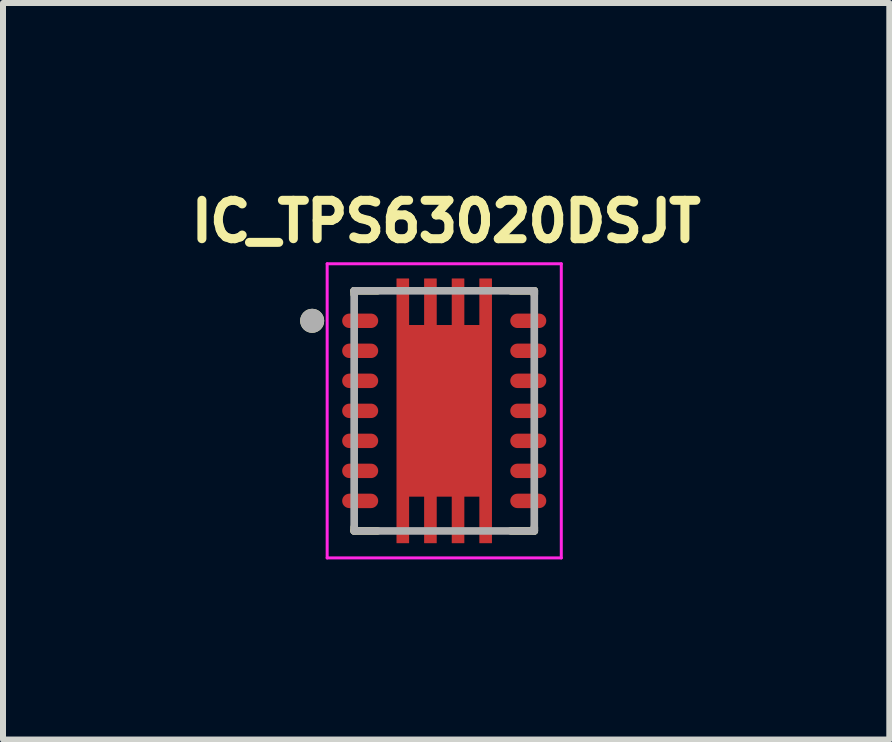
<source format=kicad_pcb>
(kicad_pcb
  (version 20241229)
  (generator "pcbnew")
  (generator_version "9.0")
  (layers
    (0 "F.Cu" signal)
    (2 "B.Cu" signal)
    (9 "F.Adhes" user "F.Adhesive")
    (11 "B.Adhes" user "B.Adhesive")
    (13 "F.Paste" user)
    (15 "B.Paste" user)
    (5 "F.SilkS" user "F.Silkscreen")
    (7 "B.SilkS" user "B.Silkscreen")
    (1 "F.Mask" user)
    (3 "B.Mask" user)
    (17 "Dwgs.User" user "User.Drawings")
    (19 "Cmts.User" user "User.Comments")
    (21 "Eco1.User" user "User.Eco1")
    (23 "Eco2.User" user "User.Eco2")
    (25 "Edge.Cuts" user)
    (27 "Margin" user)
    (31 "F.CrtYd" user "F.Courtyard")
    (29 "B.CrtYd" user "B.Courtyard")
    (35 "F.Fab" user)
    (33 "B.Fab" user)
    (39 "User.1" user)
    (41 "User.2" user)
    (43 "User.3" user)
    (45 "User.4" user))
  (footprint "IC_TPS63020DSJT"
    (layer "F.Cu")
    (at 4.35 3.794)
    (property "Reference" "IC_TPS63020DSJT" (at 0.032 -3.156 0) (layer "F.SilkS") (effects (font (size 0.64 0.64) (thickness 0.15))))
    (attr smd)
    (fp_poly (pts (xy -0.86 -2.27) (xy -0.52 -2.27) (xy -0.52 -1.495) (xy -0.4 -1.495) (xy -0.4 -2.27) (xy -0.06 -2.27) (xy -0.06 -1.495) (xy 0.06 -1.495) (xy 0.06 -2.27) (xy 0.4 -2.27) (xy 0.4 -1.495) (xy 0.52 -1.495) (xy 0.52 -2.27) (xy 0.86 -2.27) (xy 0.86 2.27) (xy 0.52 2.27) (xy 0.52 1.495) (xy 0.4 1.495) (xy 0.4 2.27) (xy 0.06 2.27) (xy 0.06 1.495) (xy -0.06 1.495) (xy -0.06 2.27) (xy -0.4 2.27) (xy -0.4 1.495) (xy -0.52 1.495) (xy -0.52 2.27) (xy -0.86 2.27)) (stroke (width 0.01) (type solid)) (fill yes) (layer "F.Mask"))
    (fp_poly (pts (xy -1.22 -1.31) (xy -1.58 -1.31) (xy -1.59 -1.31) (xy -1.6 -1.311) (xy -1.61 -1.312) (xy -1.62 -1.314) (xy -1.629 -1.316) (xy -1.639 -1.319) (xy -1.648 -1.323) (xy -1.657 -1.326) (xy -1.666 -1.331) (xy -1.675 -1.335) (xy -1.683 -1.341) (xy -1.692 -1.346) (xy -1.7 -1.352) (xy -1.707 -1.359) (xy -1.714 -1.366) (xy -1.721 -1.373) (xy -1.728 -1.38) (xy -1.734 -1.388) (xy -1.739 -1.397) (xy -1.745 -1.405) (xy -1.749 -1.414) (xy -1.754 -1.423) (xy -1.757 -1.432) (xy -1.761 -1.441) (xy -1.764 -1.451) (xy -1.766 -1.46) (xy -1.768 -1.47) (xy -1.769 -1.48) (xy -1.77 -1.49) (xy -1.77 -1.5) (xy -1.77 -1.51) (xy -1.769 -1.52) (xy -1.768 -1.53) (xy -1.766 -1.54) (xy -1.764 -1.549) (xy -1.761 -1.559) (xy -1.757 -1.568) (xy -1.754 -1.577) (xy -1.749 -1.586) (xy -1.745 -1.595) (xy -1.739 -1.603) (xy -1.734 -1.612) (xy -1.728 -1.62) (xy -1.721 -1.627) (xy -1.714 -1.634) (xy -1.707 -1.641) (xy -1.7 -1.648) (xy -1.692 -1.654) (xy -1.683 -1.659) (xy -1.675 -1.665) (xy -1.666 -1.669) (xy -1.657 -1.674) (xy -1.648 -1.677) (xy -1.639 -1.681) (xy -1.629 -1.684) (xy -1.62 -1.686) (xy -1.61 -1.688) (xy -1.6 -1.689) (xy -1.59 -1.69) (xy -1.58 -1.69) (xy -1.22 -1.69) (xy -1.21 -1.69) (xy -1.2 -1.689) (xy -1.19 -1.688) (xy -1.18 -1.686) (xy -1.171 -1.684) (xy -1.161 -1.681) (xy -1.152 -1.677) (xy -1.143 -1.674) (xy -1.134 -1.669) (xy -1.125 -1.665) (xy -1.117 -1.659) (xy -1.108 -1.654) (xy -1.1 -1.648) (xy -1.093 -1.641) (xy -1.086 -1.634) (xy -1.079 -1.627) (xy -1.072 -1.62) (xy -1.066 -1.612) (xy -1.061 -1.603) (xy -1.055 -1.595) (xy -1.051 -1.586) (xy -1.046 -1.577) (xy -1.043 -1.568) (xy -1.039 -1.559) (xy -1.036 -1.549) (xy -1.034 -1.54) (xy -1.032 -1.53) (xy -1.031 -1.52) (xy -1.03 -1.51) (xy -1.03 -1.5) (xy -1.03 -1.49) (xy -1.031 -1.48) (xy -1.032 -1.47) (xy -1.034 -1.46) (xy -1.036 -1.451) (xy -1.039 -1.441) (xy -1.043 -1.432) (xy -1.046 -1.423) (xy -1.051 -1.414) (xy -1.055 -1.405) (xy -1.061 -1.397) (xy -1.066 -1.388) (xy -1.072 -1.38) (xy -1.079 -1.373) (xy -1.086 -1.366) (xy -1.093 -1.359) (xy -1.1 -1.352) (xy -1.108 -1.346) (xy -1.117 -1.341) (xy -1.125 -1.335) (xy -1.134 -1.331) (xy -1.143 -1.326) (xy -1.152 -1.323) (xy -1.161 -1.319) (xy -1.171 -1.316) (xy -1.18 -1.314) (xy -1.19 -1.312) (xy -1.2 -1.311) (xy -1.21 -1.31) (xy -1.22 -1.31)) (stroke (width 0.01) (type solid)) (fill yes) (layer "F.Mask"))
    (fp_poly (pts (xy -1.22 -0.81) (xy -1.58 -0.81) (xy -1.59 -0.81) (xy -1.6 -0.811) (xy -1.61 -0.812) (xy -1.62 -0.814) (xy -1.629 -0.816) (xy -1.639 -0.819) (xy -1.648 -0.823) (xy -1.657 -0.826) (xy -1.666 -0.831) (xy -1.675 -0.835) (xy -1.683 -0.841) (xy -1.692 -0.846) (xy -1.7 -0.852) (xy -1.707 -0.859) (xy -1.714 -0.866) (xy -1.721 -0.873) (xy -1.728 -0.88) (xy -1.734 -0.888) (xy -1.739 -0.897) (xy -1.745 -0.905) (xy -1.749 -0.914) (xy -1.754 -0.923) (xy -1.757 -0.932) (xy -1.761 -0.941) (xy -1.764 -0.951) (xy -1.766 -0.96) (xy -1.768 -0.97) (xy -1.769 -0.98) (xy -1.77 -0.99) (xy -1.77 -1) (xy -1.77 -1.01) (xy -1.769 -1.02) (xy -1.768 -1.03) (xy -1.766 -1.04) (xy -1.764 -1.049) (xy -1.761 -1.059) (xy -1.757 -1.068) (xy -1.754 -1.077) (xy -1.749 -1.086) (xy -1.745 -1.095) (xy -1.739 -1.103) (xy -1.734 -1.112) (xy -1.728 -1.12) (xy -1.721 -1.127) (xy -1.714 -1.134) (xy -1.707 -1.141) (xy -1.7 -1.148) (xy -1.692 -1.154) (xy -1.683 -1.159) (xy -1.675 -1.165) (xy -1.666 -1.169) (xy -1.657 -1.174) (xy -1.648 -1.177) (xy -1.639 -1.181) (xy -1.629 -1.184) (xy -1.62 -1.186) (xy -1.61 -1.188) (xy -1.6 -1.189) (xy -1.59 -1.19) (xy -1.58 -1.19) (xy -1.22 -1.19) (xy -1.21 -1.19) (xy -1.2 -1.189) (xy -1.19 -1.188) (xy -1.18 -1.186) (xy -1.171 -1.184) (xy -1.161 -1.181) (xy -1.152 -1.177) (xy -1.143 -1.174) (xy -1.134 -1.169) (xy -1.125 -1.165) (xy -1.117 -1.159) (xy -1.108 -1.154) (xy -1.1 -1.148) (xy -1.093 -1.141) (xy -1.086 -1.134) (xy -1.079 -1.127) (xy -1.072 -1.12) (xy -1.066 -1.112) (xy -1.061 -1.103) (xy -1.055 -1.095) (xy -1.051 -1.086) (xy -1.046 -1.077) (xy -1.043 -1.068) (xy -1.039 -1.059) (xy -1.036 -1.049) (xy -1.034 -1.04) (xy -1.032 -1.03) (xy -1.031 -1.02) (xy -1.03 -1.01) (xy -1.03 -1) (xy -1.03 -0.99) (xy -1.031 -0.98) (xy -1.032 -0.97) (xy -1.034 -0.96) (xy -1.036 -0.951) (xy -1.039 -0.941) (xy -1.043 -0.932) (xy -1.046 -0.923) (xy -1.051 -0.914) (xy -1.055 -0.905) (xy -1.061 -0.897) (xy -1.066 -0.888) (xy -1.072 -0.88) (xy -1.079 -0.873) (xy -1.086 -0.866) (xy -1.093 -0.859) (xy -1.1 -0.852) (xy -1.108 -0.846) (xy -1.117 -0.841) (xy -1.125 -0.835) (xy -1.134 -0.831) (xy -1.143 -0.826) (xy -1.152 -0.823) (xy -1.161 -0.819) (xy -1.171 -0.816) (xy -1.18 -0.814) (xy -1.19 -0.812) (xy -1.2 -0.811) (xy -1.21 -0.81) (xy -1.22 -0.81)) (stroke (width 0.01) (type solid)) (fill yes) (layer "F.Mask"))
    (fp_poly (pts (xy -1.22 -0.31) (xy -1.58 -0.31) (xy -1.59 -0.31) (xy -1.6 -0.311) (xy -1.61 -0.312) (xy -1.62 -0.314) (xy -1.629 -0.316) (xy -1.639 -0.319) (xy -1.648 -0.323) (xy -1.657 -0.326) (xy -1.666 -0.331) (xy -1.675 -0.335) (xy -1.683 -0.341) (xy -1.692 -0.346) (xy -1.7 -0.352) (xy -1.707 -0.359) (xy -1.714 -0.366) (xy -1.721 -0.373) (xy -1.728 -0.38) (xy -1.734 -0.388) (xy -1.739 -0.397) (xy -1.745 -0.405) (xy -1.749 -0.414) (xy -1.754 -0.423) (xy -1.757 -0.432) (xy -1.761 -0.441) (xy -1.764 -0.451) (xy -1.766 -0.46) (xy -1.768 -0.47) (xy -1.769 -0.48) (xy -1.77 -0.49) (xy -1.77 -0.5) (xy -1.77 -0.51) (xy -1.769 -0.52) (xy -1.768 -0.53) (xy -1.766 -0.54) (xy -1.764 -0.549) (xy -1.761 -0.559) (xy -1.757 -0.568) (xy -1.754 -0.577) (xy -1.749 -0.586) (xy -1.745 -0.595) (xy -1.739 -0.603) (xy -1.734 -0.612) (xy -1.728 -0.62) (xy -1.721 -0.627) (xy -1.714 -0.634) (xy -1.707 -0.641) (xy -1.7 -0.648) (xy -1.692 -0.654) (xy -1.683 -0.659) (xy -1.675 -0.665) (xy -1.666 -0.669) (xy -1.657 -0.674) (xy -1.648 -0.677) (xy -1.639 -0.681) (xy -1.629 -0.684) (xy -1.62 -0.686) (xy -1.61 -0.688) (xy -1.6 -0.689) (xy -1.59 -0.69) (xy -1.58 -0.69) (xy -1.22 -0.69) (xy -1.21 -0.69) (xy -1.2 -0.689) (xy -1.19 -0.688) (xy -1.18 -0.686) (xy -1.171 -0.684) (xy -1.161 -0.681) (xy -1.152 -0.677) (xy -1.143 -0.674) (xy -1.134 -0.669) (xy -1.125 -0.665) (xy -1.117 -0.659) (xy -1.108 -0.654) (xy -1.1 -0.648) (xy -1.093 -0.641) (xy -1.086 -0.634) (xy -1.079 -0.627) (xy -1.072 -0.62) (xy -1.066 -0.612) (xy -1.061 -0.603) (xy -1.055 -0.595) (xy -1.051 -0.586) (xy -1.046 -0.577) (xy -1.043 -0.568) (xy -1.039 -0.559) (xy -1.036 -0.549) (xy -1.034 -0.54) (xy -1.032 -0.53) (xy -1.031 -0.52) (xy -1.03 -0.51) (xy -1.03 -0.5) (xy -1.03 -0.49) (xy -1.031 -0.48) (xy -1.032 -0.47) (xy -1.034 -0.46) (xy -1.036 -0.451) (xy -1.039 -0.441) (xy -1.043 -0.432) (xy -1.046 -0.423) (xy -1.051 -0.414) (xy -1.055 -0.405) (xy -1.061 -0.397) (xy -1.066 -0.388) (xy -1.072 -0.38) (xy -1.079 -0.373) (xy -1.086 -0.366) (xy -1.093 -0.359) (xy -1.1 -0.352) (xy -1.108 -0.346) (xy -1.117 -0.341) (xy -1.125 -0.335) (xy -1.134 -0.331) (xy -1.143 -0.326) (xy -1.152 -0.323) (xy -1.161 -0.319) (xy -1.171 -0.316) (xy -1.18 -0.314) (xy -1.19 -0.312) (xy -1.2 -0.311) (xy -1.21 -0.31) (xy -1.22 -0.31)) (stroke (width 0.01) (type solid)) (fill yes) (layer "F.Mask"))
    (fp_poly (pts (xy -1.22 0.19) (xy -1.58 0.19) (xy -1.59 0.19) (xy -1.6 0.189) (xy -1.61 0.188) (xy -1.62 0.186) (xy -1.629 0.184) (xy -1.639 0.181) (xy -1.648 0.177) (xy -1.657 0.174) (xy -1.666 0.169) (xy -1.675 0.165) (xy -1.683 0.159) (xy -1.692 0.154) (xy -1.7 0.148) (xy -1.707 0.141) (xy -1.714 0.134) (xy -1.721 0.127) (xy -1.728 0.12) (xy -1.734 0.112) (xy -1.739 0.103) (xy -1.745 0.095) (xy -1.749 0.086) (xy -1.754 0.077) (xy -1.757 0.068) (xy -1.761 0.059) (xy -1.764 0.049) (xy -1.766 0.04) (xy -1.768 0.03) (xy -1.769 0.02) (xy -1.77 0.01) (xy -1.77 0) (xy -1.77 -0.01) (xy -1.769 -0.02) (xy -1.768 -0.03) (xy -1.766 -0.04) (xy -1.764 -0.049) (xy -1.761 -0.059) (xy -1.757 -0.068) (xy -1.754 -0.077) (xy -1.749 -0.086) (xy -1.745 -0.095) (xy -1.739 -0.103) (xy -1.734 -0.112) (xy -1.728 -0.12) (xy -1.721 -0.127) (xy -1.714 -0.134) (xy -1.707 -0.141) (xy -1.7 -0.148) (xy -1.692 -0.154) (xy -1.683 -0.159) (xy -1.675 -0.165) (xy -1.666 -0.169) (xy -1.657 -0.174) (xy -1.648 -0.177) (xy -1.639 -0.181) (xy -1.629 -0.184) (xy -1.62 -0.186) (xy -1.61 -0.188) (xy -1.6 -0.189) (xy -1.59 -0.19) (xy -1.58 -0.19) (xy -1.22 -0.19) (xy -1.21 -0.19) (xy -1.2 -0.189) (xy -1.19 -0.188) (xy -1.18 -0.186) (xy -1.171 -0.184) (xy -1.161 -0.181) (xy -1.152 -0.177) (xy -1.143 -0.174) (xy -1.134 -0.169) (xy -1.125 -0.165) (xy -1.117 -0.159) (xy -1.108 -0.154) (xy -1.1 -0.148) (xy -1.093 -0.141) (xy -1.086 -0.134) (xy -1.079 -0.127) (xy -1.072 -0.12) (xy -1.066 -0.112) (xy -1.061 -0.103) (xy -1.055 -0.095) (xy -1.051 -0.086) (xy -1.046 -0.077) (xy -1.043 -0.068) (xy -1.039 -0.059) (xy -1.036 -0.049) (xy -1.034 -0.04) (xy -1.032 -0.03) (xy -1.031 -0.02) (xy -1.03 -0.01) (xy -1.03 0) (xy -1.03 0.01) (xy -1.031 0.02) (xy -1.032 0.03) (xy -1.034 0.04) (xy -1.036 0.049) (xy -1.039 0.059) (xy -1.043 0.068) (xy -1.046 0.077) (xy -1.051 0.086) (xy -1.055 0.095) (xy -1.061 0.103) (xy -1.066 0.112) (xy -1.072 0.12) (xy -1.079 0.127) (xy -1.086 0.134) (xy -1.093 0.141) (xy -1.1 0.148) (xy -1.108 0.154) (xy -1.117 0.159) (xy -1.125 0.165) (xy -1.134 0.169) (xy -1.143 0.174) (xy -1.152 0.177) (xy -1.161 0.181) (xy -1.171 0.184) (xy -1.18 0.186) (xy -1.19 0.188) (xy -1.2 0.189) (xy -1.21 0.19) (xy -1.22 0.19)) (stroke (width 0.01) (type solid)) (fill yes) (layer "F.Mask"))
    (fp_poly (pts (xy -1.22 0.69) (xy -1.58 0.69) (xy -1.59 0.69) (xy -1.6 0.689) (xy -1.61 0.688) (xy -1.62 0.686) (xy -1.629 0.684) (xy -1.639 0.681) (xy -1.648 0.677) (xy -1.657 0.674) (xy -1.666 0.669) (xy -1.675 0.665) (xy -1.683 0.659) (xy -1.692 0.654) (xy -1.7 0.648) (xy -1.707 0.641) (xy -1.714 0.634) (xy -1.721 0.627) (xy -1.728 0.62) (xy -1.734 0.612) (xy -1.739 0.603) (xy -1.745 0.595) (xy -1.749 0.586) (xy -1.754 0.577) (xy -1.757 0.568) (xy -1.761 0.559) (xy -1.764 0.549) (xy -1.766 0.54) (xy -1.768 0.53) (xy -1.769 0.52) (xy -1.77 0.51) (xy -1.77 0.5) (xy -1.77 0.49) (xy -1.769 0.48) (xy -1.768 0.47) (xy -1.766 0.46) (xy -1.764 0.451) (xy -1.761 0.441) (xy -1.757 0.432) (xy -1.754 0.423) (xy -1.749 0.414) (xy -1.745 0.405) (xy -1.739 0.397) (xy -1.734 0.388) (xy -1.728 0.38) (xy -1.721 0.373) (xy -1.714 0.366) (xy -1.707 0.359) (xy -1.7 0.352) (xy -1.692 0.346) (xy -1.683 0.341) (xy -1.675 0.335) (xy -1.666 0.331) (xy -1.657 0.326) (xy -1.648 0.323) (xy -1.639 0.319) (xy -1.629 0.316) (xy -1.62 0.314) (xy -1.61 0.312) (xy -1.6 0.311) (xy -1.59 0.31) (xy -1.58 0.31) (xy -1.22 0.31) (xy -1.21 0.31) (xy -1.2 0.311) (xy -1.19 0.312) (xy -1.18 0.314) (xy -1.171 0.316) (xy -1.161 0.319) (xy -1.152 0.323) (xy -1.143 0.326) (xy -1.134 0.331) (xy -1.125 0.335) (xy -1.117 0.341) (xy -1.108 0.346) (xy -1.1 0.352) (xy -1.093 0.359) (xy -1.086 0.366) (xy -1.079 0.373) (xy -1.072 0.38) (xy -1.066 0.388) (xy -1.061 0.397) (xy -1.055 0.405) (xy -1.051 0.414) (xy -1.046 0.423) (xy -1.043 0.432) (xy -1.039 0.441) (xy -1.036 0.451) (xy -1.034 0.46) (xy -1.032 0.47) (xy -1.031 0.48) (xy -1.03 0.49) (xy -1.03 0.5) (xy -1.03 0.51) (xy -1.031 0.52) (xy -1.032 0.53) (xy -1.034 0.54) (xy -1.036 0.549) (xy -1.039 0.559) (xy -1.043 0.568) (xy -1.046 0.577) (xy -1.051 0.586) (xy -1.055 0.595) (xy -1.061 0.603) (xy -1.066 0.612) (xy -1.072 0.62) (xy -1.079 0.627) (xy -1.086 0.634) (xy -1.093 0.641) (xy -1.1 0.648) (xy -1.108 0.654) (xy -1.117 0.659) (xy -1.125 0.665) (xy -1.134 0.669) (xy -1.143 0.674) (xy -1.152 0.677) (xy -1.161 0.681) (xy -1.171 0.684) (xy -1.18 0.686) (xy -1.19 0.688) (xy -1.2 0.689) (xy -1.21 0.69) (xy -1.22 0.69)) (stroke (width 0.01) (type solid)) (fill yes) (layer "F.Mask"))
    (fp_poly (pts (xy -1.22 1.19) (xy -1.58 1.19) (xy -1.59 1.19) (xy -1.6 1.189) (xy -1.61 1.188) (xy -1.62 1.186) (xy -1.629 1.184) (xy -1.639 1.181) (xy -1.648 1.177) (xy -1.657 1.174) (xy -1.666 1.169) (xy -1.675 1.165) (xy -1.683 1.159) (xy -1.692 1.154) (xy -1.7 1.148) (xy -1.707 1.141) (xy -1.714 1.134) (xy -1.721 1.127) (xy -1.728 1.12) (xy -1.734 1.112) (xy -1.739 1.103) (xy -1.745 1.095) (xy -1.749 1.086) (xy -1.754 1.077) (xy -1.757 1.068) (xy -1.761 1.059) (xy -1.764 1.049) (xy -1.766 1.04) (xy -1.768 1.03) (xy -1.769 1.02) (xy -1.77 1.01) (xy -1.77 1) (xy -1.77 0.99) (xy -1.769 0.98) (xy -1.768 0.97) (xy -1.766 0.96) (xy -1.764 0.951) (xy -1.761 0.941) (xy -1.757 0.932) (xy -1.754 0.923) (xy -1.749 0.914) (xy -1.745 0.905) (xy -1.739 0.897) (xy -1.734 0.888) (xy -1.728 0.88) (xy -1.721 0.873) (xy -1.714 0.866) (xy -1.707 0.859) (xy -1.7 0.852) (xy -1.692 0.846) (xy -1.683 0.841) (xy -1.675 0.835) (xy -1.666 0.831) (xy -1.657 0.826) (xy -1.648 0.823) (xy -1.639 0.819) (xy -1.629 0.816) (xy -1.62 0.814) (xy -1.61 0.812) (xy -1.6 0.811) (xy -1.59 0.81) (xy -1.58 0.81) (xy -1.22 0.81) (xy -1.21 0.81) (xy -1.2 0.811) (xy -1.19 0.812) (xy -1.18 0.814) (xy -1.171 0.816) (xy -1.161 0.819) (xy -1.152 0.823) (xy -1.143 0.826) (xy -1.134 0.831) (xy -1.125 0.835) (xy -1.117 0.841) (xy -1.108 0.846) (xy -1.1 0.852) (xy -1.093 0.859) (xy -1.086 0.866) (xy -1.079 0.873) (xy -1.072 0.88) (xy -1.066 0.888) (xy -1.061 0.897) (xy -1.055 0.905) (xy -1.051 0.914) (xy -1.046 0.923) (xy -1.043 0.932) (xy -1.039 0.941) (xy -1.036 0.951) (xy -1.034 0.96) (xy -1.032 0.97) (xy -1.031 0.98) (xy -1.03 0.99) (xy -1.03 1) (xy -1.03 1.01) (xy -1.031 1.02) (xy -1.032 1.03) (xy -1.034 1.04) (xy -1.036 1.049) (xy -1.039 1.059) (xy -1.043 1.068) (xy -1.046 1.077) (xy -1.051 1.086) (xy -1.055 1.095) (xy -1.061 1.103) (xy -1.066 1.112) (xy -1.072 1.12) (xy -1.079 1.127) (xy -1.086 1.134) (xy -1.093 1.141) (xy -1.1 1.148) (xy -1.108 1.154) (xy -1.117 1.159) (xy -1.125 1.165) (xy -1.134 1.169) (xy -1.143 1.174) (xy -1.152 1.177) (xy -1.161 1.181) (xy -1.171 1.184) (xy -1.18 1.186) (xy -1.19 1.188) (xy -1.2 1.189) (xy -1.21 1.19) (xy -1.22 1.19)) (stroke (width 0.01) (type solid)) (fill yes) (layer "F.Mask"))
    (fp_poly (pts (xy -1.22 1.69) (xy -1.58 1.69) (xy -1.59 1.69) (xy -1.6 1.689) (xy -1.61 1.688) (xy -1.62 1.686) (xy -1.629 1.684) (xy -1.639 1.681) (xy -1.648 1.677) (xy -1.657 1.674) (xy -1.666 1.669) (xy -1.675 1.665) (xy -1.683 1.659) (xy -1.692 1.654) (xy -1.7 1.648) (xy -1.707 1.641) (xy -1.714 1.634) (xy -1.721 1.627) (xy -1.728 1.62) (xy -1.734 1.612) (xy -1.739 1.603) (xy -1.745 1.595) (xy -1.749 1.586) (xy -1.754 1.577) (xy -1.757 1.568) (xy -1.761 1.559) (xy -1.764 1.549) (xy -1.766 1.54) (xy -1.768 1.53) (xy -1.769 1.52) (xy -1.77 1.51) (xy -1.77 1.5) (xy -1.77 1.49) (xy -1.769 1.48) (xy -1.768 1.47) (xy -1.766 1.46) (xy -1.764 1.451) (xy -1.761 1.441) (xy -1.757 1.432) (xy -1.754 1.423) (xy -1.749 1.414) (xy -1.745 1.405) (xy -1.739 1.397) (xy -1.734 1.388) (xy -1.728 1.38) (xy -1.721 1.373) (xy -1.714 1.366) (xy -1.707 1.359) (xy -1.7 1.352) (xy -1.692 1.346) (xy -1.683 1.341) (xy -1.675 1.335) (xy -1.666 1.331) (xy -1.657 1.326) (xy -1.648 1.323) (xy -1.639 1.319) (xy -1.629 1.316) (xy -1.62 1.314) (xy -1.61 1.312) (xy -1.6 1.311) (xy -1.59 1.31) (xy -1.58 1.31) (xy -1.22 1.31) (xy -1.21 1.31) (xy -1.2 1.311) (xy -1.19 1.312) (xy -1.18 1.314) (xy -1.171 1.316) (xy -1.161 1.319) (xy -1.152 1.323) (xy -1.143 1.326) (xy -1.134 1.331) (xy -1.125 1.335) (xy -1.117 1.341) (xy -1.108 1.346) (xy -1.1 1.352) (xy -1.093 1.359) (xy -1.086 1.366) (xy -1.079 1.373) (xy -1.072 1.38) (xy -1.066 1.388) (xy -1.061 1.397) (xy -1.055 1.405) (xy -1.051 1.414) (xy -1.046 1.423) (xy -1.043 1.432) (xy -1.039 1.441) (xy -1.036 1.451) (xy -1.034 1.46) (xy -1.032 1.47) (xy -1.031 1.48) (xy -1.03 1.49) (xy -1.03 1.5) (xy -1.03 1.51) (xy -1.031 1.52) (xy -1.032 1.53) (xy -1.034 1.54) (xy -1.036 1.549) (xy -1.039 1.559) (xy -1.043 1.568) (xy -1.046 1.577) (xy -1.051 1.586) (xy -1.055 1.595) (xy -1.061 1.603) (xy -1.066 1.612) (xy -1.072 1.62) (xy -1.079 1.627) (xy -1.086 1.634) (xy -1.093 1.641) (xy -1.1 1.648) (xy -1.108 1.654) (xy -1.117 1.659) (xy -1.125 1.665) (xy -1.134 1.669) (xy -1.143 1.674) (xy -1.152 1.677) (xy -1.161 1.681) (xy -1.171 1.684) (xy -1.18 1.686) (xy -1.19 1.688) (xy -1.2 1.689) (xy -1.21 1.69) (xy -1.22 1.69)) (stroke (width 0.01) (type solid)) (fill yes) (layer "F.Mask"))
    (fp_poly (pts (xy 1.58 -1.31) (xy 1.22 -1.31) (xy 1.21 -1.31) (xy 1.2 -1.311) (xy 1.19 -1.312) (xy 1.18 -1.314) (xy 1.171 -1.316) (xy 1.161 -1.319) (xy 1.152 -1.323) (xy 1.143 -1.326) (xy 1.134 -1.331) (xy 1.125 -1.335) (xy 1.117 -1.341) (xy 1.108 -1.346) (xy 1.1 -1.352) (xy 1.093 -1.359) (xy 1.086 -1.366) (xy 1.079 -1.373) (xy 1.072 -1.38) (xy 1.066 -1.388) (xy 1.061 -1.397) (xy 1.055 -1.405) (xy 1.051 -1.414) (xy 1.046 -1.423) (xy 1.043 -1.432) (xy 1.039 -1.441) (xy 1.036 -1.451) (xy 1.034 -1.46) (xy 1.032 -1.47) (xy 1.031 -1.48) (xy 1.03 -1.49) (xy 1.03 -1.5) (xy 1.03 -1.51) (xy 1.031 -1.52) (xy 1.032 -1.53) (xy 1.034 -1.54) (xy 1.036 -1.549) (xy 1.039 -1.559) (xy 1.043 -1.568) (xy 1.046 -1.577) (xy 1.051 -1.586) (xy 1.055 -1.595) (xy 1.061 -1.603) (xy 1.066 -1.612) (xy 1.072 -1.62) (xy 1.079 -1.627) (xy 1.086 -1.634) (xy 1.093 -1.641) (xy 1.1 -1.648) (xy 1.108 -1.654) (xy 1.117 -1.659) (xy 1.125 -1.665) (xy 1.134 -1.669) (xy 1.143 -1.674) (xy 1.152 -1.677) (xy 1.161 -1.681) (xy 1.171 -1.684) (xy 1.18 -1.686) (xy 1.19 -1.688) (xy 1.2 -1.689) (xy 1.21 -1.69) (xy 1.22 -1.69) (xy 1.58 -1.69) (xy 1.59 -1.69) (xy 1.6 -1.689) (xy 1.61 -1.688) (xy 1.62 -1.686) (xy 1.629 -1.684) (xy 1.639 -1.681) (xy 1.648 -1.677) (xy 1.657 -1.674) (xy 1.666 -1.669) (xy 1.675 -1.665) (xy 1.683 -1.659) (xy 1.692 -1.654) (xy 1.7 -1.648) (xy 1.707 -1.641) (xy 1.714 -1.634) (xy 1.721 -1.627) (xy 1.728 -1.62) (xy 1.734 -1.612) (xy 1.739 -1.603) (xy 1.745 -1.595) (xy 1.749 -1.586) (xy 1.754 -1.577) (xy 1.757 -1.568) (xy 1.761 -1.559) (xy 1.764 -1.549) (xy 1.766 -1.54) (xy 1.768 -1.53) (xy 1.769 -1.52) (xy 1.77 -1.51) (xy 1.77 -1.5) (xy 1.77 -1.49) (xy 1.769 -1.48) (xy 1.768 -1.47) (xy 1.766 -1.46) (xy 1.764 -1.451) (xy 1.761 -1.441) (xy 1.757 -1.432) (xy 1.754 -1.423) (xy 1.749 -1.414) (xy 1.745 -1.405) (xy 1.739 -1.397) (xy 1.734 -1.388) (xy 1.728 -1.38) (xy 1.721 -1.373) (xy 1.714 -1.366) (xy 1.707 -1.359) (xy 1.7 -1.352) (xy 1.692 -1.346) (xy 1.683 -1.341) (xy 1.675 -1.335) (xy 1.666 -1.331) (xy 1.657 -1.326) (xy 1.648 -1.323) (xy 1.639 -1.319) (xy 1.629 -1.316) (xy 1.62 -1.314) (xy 1.61 -1.312) (xy 1.6 -1.311) (xy 1.59 -1.31) (xy 1.58 -1.31)) (stroke (width 0.01) (type solid)) (fill yes) (layer "F.Mask"))
    (fp_poly (pts (xy 1.58 -0.81) (xy 1.22 -0.81) (xy 1.21 -0.81) (xy 1.2 -0.811) (xy 1.19 -0.812) (xy 1.18 -0.814) (xy 1.171 -0.816) (xy 1.161 -0.819) (xy 1.152 -0.823) (xy 1.143 -0.826) (xy 1.134 -0.831) (xy 1.125 -0.835) (xy 1.117 -0.841) (xy 1.108 -0.846) (xy 1.1 -0.852) (xy 1.093 -0.859) (xy 1.086 -0.866) (xy 1.079 -0.873) (xy 1.072 -0.88) (xy 1.066 -0.888) (xy 1.061 -0.897) (xy 1.055 -0.905) (xy 1.051 -0.914) (xy 1.046 -0.923) (xy 1.043 -0.932) (xy 1.039 -0.941) (xy 1.036 -0.951) (xy 1.034 -0.96) (xy 1.032 -0.97) (xy 1.031 -0.98) (xy 1.03 -0.99) (xy 1.03 -1) (xy 1.03 -1.01) (xy 1.031 -1.02) (xy 1.032 -1.03) (xy 1.034 -1.04) (xy 1.036 -1.049) (xy 1.039 -1.059) (xy 1.043 -1.068) (xy 1.046 -1.077) (xy 1.051 -1.086) (xy 1.055 -1.095) (xy 1.061 -1.103) (xy 1.066 -1.112) (xy 1.072 -1.12) (xy 1.079 -1.127) (xy 1.086 -1.134) (xy 1.093 -1.141) (xy 1.1 -1.148) (xy 1.108 -1.154) (xy 1.117 -1.159) (xy 1.125 -1.165) (xy 1.134 -1.169) (xy 1.143 -1.174) (xy 1.152 -1.177) (xy 1.161 -1.181) (xy 1.171 -1.184) (xy 1.18 -1.186) (xy 1.19 -1.188) (xy 1.2 -1.189) (xy 1.21 -1.19) (xy 1.22 -1.19) (xy 1.58 -1.19) (xy 1.59 -1.19) (xy 1.6 -1.189) (xy 1.61 -1.188) (xy 1.62 -1.186) (xy 1.629 -1.184) (xy 1.639 -1.181) (xy 1.648 -1.177) (xy 1.657 -1.174) (xy 1.666 -1.169) (xy 1.675 -1.165) (xy 1.683 -1.159) (xy 1.692 -1.154) (xy 1.7 -1.148) (xy 1.707 -1.141) (xy 1.714 -1.134) (xy 1.721 -1.127) (xy 1.728 -1.12) (xy 1.734 -1.112) (xy 1.739 -1.103) (xy 1.745 -1.095) (xy 1.749 -1.086) (xy 1.754 -1.077) (xy 1.757 -1.068) (xy 1.761 -1.059) (xy 1.764 -1.049) (xy 1.766 -1.04) (xy 1.768 -1.03) (xy 1.769 -1.02) (xy 1.77 -1.01) (xy 1.77 -1) (xy 1.77 -0.99) (xy 1.769 -0.98) (xy 1.768 -0.97) (xy 1.766 -0.96) (xy 1.764 -0.951) (xy 1.761 -0.941) (xy 1.757 -0.932) (xy 1.754 -0.923) (xy 1.749 -0.914) (xy 1.745 -0.905) (xy 1.739 -0.897) (xy 1.734 -0.888) (xy 1.728 -0.88) (xy 1.721 -0.873) (xy 1.714 -0.866) (xy 1.707 -0.859) (xy 1.7 -0.852) (xy 1.692 -0.846) (xy 1.683 -0.841) (xy 1.675 -0.835) (xy 1.666 -0.831) (xy 1.657 -0.826) (xy 1.648 -0.823) (xy 1.639 -0.819) (xy 1.629 -0.816) (xy 1.62 -0.814) (xy 1.61 -0.812) (xy 1.6 -0.811) (xy 1.59 -0.81) (xy 1.58 -0.81)) (stroke (width 0.01) (type solid)) (fill yes) (layer "F.Mask"))
    (fp_poly (pts (xy 1.58 -0.31) (xy 1.22 -0.31) (xy 1.21 -0.31) (xy 1.2 -0.311) (xy 1.19 -0.312) (xy 1.18 -0.314) (xy 1.171 -0.316) (xy 1.161 -0.319) (xy 1.152 -0.323) (xy 1.143 -0.326) (xy 1.134 -0.331) (xy 1.125 -0.335) (xy 1.117 -0.341) (xy 1.108 -0.346) (xy 1.1 -0.352) (xy 1.093 -0.359) (xy 1.086 -0.366) (xy 1.079 -0.373) (xy 1.072 -0.38) (xy 1.066 -0.388) (xy 1.061 -0.397) (xy 1.055 -0.405) (xy 1.051 -0.414) (xy 1.046 -0.423) (xy 1.043 -0.432) (xy 1.039 -0.441) (xy 1.036 -0.451) (xy 1.034 -0.46) (xy 1.032 -0.47) (xy 1.031 -0.48) (xy 1.03 -0.49) (xy 1.03 -0.5) (xy 1.03 -0.51) (xy 1.031 -0.52) (xy 1.032 -0.53) (xy 1.034 -0.54) (xy 1.036 -0.549) (xy 1.039 -0.559) (xy 1.043 -0.568) (xy 1.046 -0.577) (xy 1.051 -0.586) (xy 1.055 -0.595) (xy 1.061 -0.603) (xy 1.066 -0.612) (xy 1.072 -0.62) (xy 1.079 -0.627) (xy 1.086 -0.634) (xy 1.093 -0.641) (xy 1.1 -0.648) (xy 1.108 -0.654) (xy 1.117 -0.659) (xy 1.125 -0.665) (xy 1.134 -0.669) (xy 1.143 -0.674) (xy 1.152 -0.677) (xy 1.161 -0.681) (xy 1.171 -0.684) (xy 1.18 -0.686) (xy 1.19 -0.688) (xy 1.2 -0.689) (xy 1.21 -0.69) (xy 1.22 -0.69) (xy 1.58 -0.69) (xy 1.59 -0.69) (xy 1.6 -0.689) (xy 1.61 -0.688) (xy 1.62 -0.686) (xy 1.629 -0.684) (xy 1.639 -0.681) (xy 1.648 -0.677) (xy 1.657 -0.674) (xy 1.666 -0.669) (xy 1.675 -0.665) (xy 1.683 -0.659) (xy 1.692 -0.654) (xy 1.7 -0.648) (xy 1.707 -0.641) (xy 1.714 -0.634) (xy 1.721 -0.627) (xy 1.728 -0.62) (xy 1.734 -0.612) (xy 1.739 -0.603) (xy 1.745 -0.595) (xy 1.749 -0.586) (xy 1.754 -0.577) (xy 1.757 -0.568) (xy 1.761 -0.559) (xy 1.764 -0.549) (xy 1.766 -0.54) (xy 1.768 -0.53) (xy 1.769 -0.52) (xy 1.77 -0.51) (xy 1.77 -0.5) (xy 1.77 -0.49) (xy 1.769 -0.48) (xy 1.768 -0.47) (xy 1.766 -0.46) (xy 1.764 -0.451) (xy 1.761 -0.441) (xy 1.757 -0.432) (xy 1.754 -0.423) (xy 1.749 -0.414) (xy 1.745 -0.405) (xy 1.739 -0.397) (xy 1.734 -0.388) (xy 1.728 -0.38) (xy 1.721 -0.373) (xy 1.714 -0.366) (xy 1.707 -0.359) (xy 1.7 -0.352) (xy 1.692 -0.346) (xy 1.683 -0.341) (xy 1.675 -0.335) (xy 1.666 -0.331) (xy 1.657 -0.326) (xy 1.648 -0.323) (xy 1.639 -0.319) (xy 1.629 -0.316) (xy 1.62 -0.314) (xy 1.61 -0.312) (xy 1.6 -0.311) (xy 1.59 -0.31) (xy 1.58 -0.31)) (stroke (width 0.01) (type solid)) (fill yes) (layer "F.Mask"))
    (fp_poly (pts (xy 1.58 0.19) (xy 1.22 0.19) (xy 1.21 0.19) (xy 1.2 0.189) (xy 1.19 0.188) (xy 1.18 0.186) (xy 1.171 0.184) (xy 1.161 0.181) (xy 1.152 0.177) (xy 1.143 0.174) (xy 1.134 0.169) (xy 1.125 0.165) (xy 1.117 0.159) (xy 1.108 0.154) (xy 1.1 0.148) (xy 1.093 0.141) (xy 1.086 0.134) (xy 1.079 0.127) (xy 1.072 0.12) (xy 1.066 0.112) (xy 1.061 0.103) (xy 1.055 0.095) (xy 1.051 0.086) (xy 1.046 0.077) (xy 1.043 0.068) (xy 1.039 0.059) (xy 1.036 0.049) (xy 1.034 0.04) (xy 1.032 0.03) (xy 1.031 0.02) (xy 1.03 0.01) (xy 1.03 0) (xy 1.03 -0.01) (xy 1.031 -0.02) (xy 1.032 -0.03) (xy 1.034 -0.04) (xy 1.036 -0.049) (xy 1.039 -0.059) (xy 1.043 -0.068) (xy 1.046 -0.077) (xy 1.051 -0.086) (xy 1.055 -0.095) (xy 1.061 -0.103) (xy 1.066 -0.112) (xy 1.072 -0.12) (xy 1.079 -0.127) (xy 1.086 -0.134) (xy 1.093 -0.141) (xy 1.1 -0.148) (xy 1.108 -0.154) (xy 1.117 -0.159) (xy 1.125 -0.165) (xy 1.134 -0.169) (xy 1.143 -0.174) (xy 1.152 -0.177) (xy 1.161 -0.181) (xy 1.171 -0.184) (xy 1.18 -0.186) (xy 1.19 -0.188) (xy 1.2 -0.189) (xy 1.21 -0.19) (xy 1.22 -0.19) (xy 1.58 -0.19) (xy 1.59 -0.19) (xy 1.6 -0.189) (xy 1.61 -0.188) (xy 1.62 -0.186) (xy 1.629 -0.184) (xy 1.639 -0.181) (xy 1.648 -0.177) (xy 1.657 -0.174) (xy 1.666 -0.169) (xy 1.675 -0.165) (xy 1.683 -0.159) (xy 1.692 -0.154) (xy 1.7 -0.148) (xy 1.707 -0.141) (xy 1.714 -0.134) (xy 1.721 -0.127) (xy 1.728 -0.12) (xy 1.734 -0.112) (xy 1.739 -0.103) (xy 1.745 -0.095) (xy 1.749 -0.086) (xy 1.754 -0.077) (xy 1.757 -0.068) (xy 1.761 -0.059) (xy 1.764 -0.049) (xy 1.766 -0.04) (xy 1.768 -0.03) (xy 1.769 -0.02) (xy 1.77 -0.01) (xy 1.77 0) (xy 1.77 0.01) (xy 1.769 0.02) (xy 1.768 0.03) (xy 1.766 0.04) (xy 1.764 0.049) (xy 1.761 0.059) (xy 1.757 0.068) (xy 1.754 0.077) (xy 1.749 0.086) (xy 1.745 0.095) (xy 1.739 0.103) (xy 1.734 0.112) (xy 1.728 0.12) (xy 1.721 0.127) (xy 1.714 0.134) (xy 1.707 0.141) (xy 1.7 0.148) (xy 1.692 0.154) (xy 1.683 0.159) (xy 1.675 0.165) (xy 1.666 0.169) (xy 1.657 0.174) (xy 1.648 0.177) (xy 1.639 0.181) (xy 1.629 0.184) (xy 1.62 0.186) (xy 1.61 0.188) (xy 1.6 0.189) (xy 1.59 0.19) (xy 1.58 0.19)) (stroke (width 0.01) (type solid)) (fill yes) (layer "F.Mask"))
    (fp_poly (pts (xy 1.58 0.69) (xy 1.22 0.69) (xy 1.21 0.69) (xy 1.2 0.689) (xy 1.19 0.688) (xy 1.18 0.686) (xy 1.171 0.684) (xy 1.161 0.681) (xy 1.152 0.677) (xy 1.143 0.674) (xy 1.134 0.669) (xy 1.125 0.665) (xy 1.117 0.659) (xy 1.108 0.654) (xy 1.1 0.648) (xy 1.093 0.641) (xy 1.086 0.634) (xy 1.079 0.627) (xy 1.072 0.62) (xy 1.066 0.612) (xy 1.061 0.603) (xy 1.055 0.595) (xy 1.051 0.586) (xy 1.046 0.577) (xy 1.043 0.568) (xy 1.039 0.559) (xy 1.036 0.549) (xy 1.034 0.54) (xy 1.032 0.53) (xy 1.031 0.52) (xy 1.03 0.51) (xy 1.03 0.5) (xy 1.03 0.49) (xy 1.031 0.48) (xy 1.032 0.47) (xy 1.034 0.46) (xy 1.036 0.451) (xy 1.039 0.441) (xy 1.043 0.432) (xy 1.046 0.423) (xy 1.051 0.414) (xy 1.055 0.405) (xy 1.061 0.397) (xy 1.066 0.388) (xy 1.072 0.38) (xy 1.079 0.373) (xy 1.086 0.366) (xy 1.093 0.359) (xy 1.1 0.352) (xy 1.108 0.346) (xy 1.117 0.341) (xy 1.125 0.335) (xy 1.134 0.331) (xy 1.143 0.326) (xy 1.152 0.323) (xy 1.161 0.319) (xy 1.171 0.316) (xy 1.18 0.314) (xy 1.19 0.312) (xy 1.2 0.311) (xy 1.21 0.31) (xy 1.22 0.31) (xy 1.58 0.31) (xy 1.59 0.31) (xy 1.6 0.311) (xy 1.61 0.312) (xy 1.62 0.314) (xy 1.629 0.316) (xy 1.639 0.319) (xy 1.648 0.323) (xy 1.657 0.326) (xy 1.666 0.331) (xy 1.675 0.335) (xy 1.683 0.341) (xy 1.692 0.346) (xy 1.7 0.352) (xy 1.707 0.359) (xy 1.714 0.366) (xy 1.721 0.373) (xy 1.728 0.38) (xy 1.734 0.388) (xy 1.739 0.397) (xy 1.745 0.405) (xy 1.749 0.414) (xy 1.754 0.423) (xy 1.757 0.432) (xy 1.761 0.441) (xy 1.764 0.451) (xy 1.766 0.46) (xy 1.768 0.47) (xy 1.769 0.48) (xy 1.77 0.49) (xy 1.77 0.5) (xy 1.77 0.51) (xy 1.769 0.52) (xy 1.768 0.53) (xy 1.766 0.54) (xy 1.764 0.549) (xy 1.761 0.559) (xy 1.757 0.568) (xy 1.754 0.577) (xy 1.749 0.586) (xy 1.745 0.595) (xy 1.739 0.603) (xy 1.734 0.612) (xy 1.728 0.62) (xy 1.721 0.627) (xy 1.714 0.634) (xy 1.707 0.641) (xy 1.7 0.648) (xy 1.692 0.654) (xy 1.683 0.659) (xy 1.675 0.665) (xy 1.666 0.669) (xy 1.657 0.674) (xy 1.648 0.677) (xy 1.639 0.681) (xy 1.629 0.684) (xy 1.62 0.686) (xy 1.61 0.688) (xy 1.6 0.689) (xy 1.59 0.69) (xy 1.58 0.69)) (stroke (width 0.01) (type solid)) (fill yes) (layer "F.Mask"))
    (fp_poly (pts (xy 1.58 1.19) (xy 1.22 1.19) (xy 1.21 1.19) (xy 1.2 1.189) (xy 1.19 1.188) (xy 1.18 1.186) (xy 1.171 1.184) (xy 1.161 1.181) (xy 1.152 1.177) (xy 1.143 1.174) (xy 1.134 1.169) (xy 1.125 1.165) (xy 1.117 1.159) (xy 1.108 1.154) (xy 1.1 1.148) (xy 1.093 1.141) (xy 1.086 1.134) (xy 1.079 1.127) (xy 1.072 1.12) (xy 1.066 1.112) (xy 1.061 1.103) (xy 1.055 1.095) (xy 1.051 1.086) (xy 1.046 1.077) (xy 1.043 1.068) (xy 1.039 1.059) (xy 1.036 1.049) (xy 1.034 1.04) (xy 1.032 1.03) (xy 1.031 1.02) (xy 1.03 1.01) (xy 1.03 1) (xy 1.03 0.99) (xy 1.031 0.98) (xy 1.032 0.97) (xy 1.034 0.96) (xy 1.036 0.951) (xy 1.039 0.941) (xy 1.043 0.932) (xy 1.046 0.923) (xy 1.051 0.914) (xy 1.055 0.905) (xy 1.061 0.897) (xy 1.066 0.888) (xy 1.072 0.88) (xy 1.079 0.873) (xy 1.086 0.866) (xy 1.093 0.859) (xy 1.1 0.852) (xy 1.108 0.846) (xy 1.117 0.841) (xy 1.125 0.835) (xy 1.134 0.831) (xy 1.143 0.826) (xy 1.152 0.823) (xy 1.161 0.819) (xy 1.171 0.816) (xy 1.18 0.814) (xy 1.19 0.812) (xy 1.2 0.811) (xy 1.21 0.81) (xy 1.22 0.81) (xy 1.58 0.81) (xy 1.59 0.81) (xy 1.6 0.811) (xy 1.61 0.812) (xy 1.62 0.814) (xy 1.629 0.816) (xy 1.639 0.819) (xy 1.648 0.823) (xy 1.657 0.826) (xy 1.666 0.831) (xy 1.675 0.835) (xy 1.683 0.841) (xy 1.692 0.846) (xy 1.7 0.852) (xy 1.707 0.859) (xy 1.714 0.866) (xy 1.721 0.873) (xy 1.728 0.88) (xy 1.734 0.888) (xy 1.739 0.897) (xy 1.745 0.905) (xy 1.749 0.914) (xy 1.754 0.923) (xy 1.757 0.932) (xy 1.761 0.941) (xy 1.764 0.951) (xy 1.766 0.96) (xy 1.768 0.97) (xy 1.769 0.98) (xy 1.77 0.99) (xy 1.77 1) (xy 1.77 1.01) (xy 1.769 1.02) (xy 1.768 1.03) (xy 1.766 1.04) (xy 1.764 1.049) (xy 1.761 1.059) (xy 1.757 1.068) (xy 1.754 1.077) (xy 1.749 1.086) (xy 1.745 1.095) (xy 1.739 1.103) (xy 1.734 1.112) (xy 1.728 1.12) (xy 1.721 1.127) (xy 1.714 1.134) (xy 1.707 1.141) (xy 1.7 1.148) (xy 1.692 1.154) (xy 1.683 1.159) (xy 1.675 1.165) (xy 1.666 1.169) (xy 1.657 1.174) (xy 1.648 1.177) (xy 1.639 1.181) (xy 1.629 1.184) (xy 1.62 1.186) (xy 1.61 1.188) (xy 1.6 1.189) (xy 1.59 1.19) (xy 1.58 1.19)) (stroke (width 0.01) (type solid)) (fill yes) (layer "F.Mask"))
    (fp_poly (pts (xy 1.58 1.69) (xy 1.22 1.69) (xy 1.21 1.69) (xy 1.2 1.689) (xy 1.19 1.688) (xy 1.18 1.686) (xy 1.171 1.684) (xy 1.161 1.681) (xy 1.152 1.677) (xy 1.143 1.674) (xy 1.134 1.669) (xy 1.125 1.665) (xy 1.117 1.659) (xy 1.108 1.654) (xy 1.1 1.648) (xy 1.093 1.641) (xy 1.086 1.634) (xy 1.079 1.627) (xy 1.072 1.62) (xy 1.066 1.612) (xy 1.061 1.603) (xy 1.055 1.595) (xy 1.051 1.586) (xy 1.046 1.577) (xy 1.043 1.568) (xy 1.039 1.559) (xy 1.036 1.549) (xy 1.034 1.54) (xy 1.032 1.53) (xy 1.031 1.52) (xy 1.03 1.51) (xy 1.03 1.5) (xy 1.03 1.49) (xy 1.031 1.48) (xy 1.032 1.47) (xy 1.034 1.46) (xy 1.036 1.451) (xy 1.039 1.441) (xy 1.043 1.432) (xy 1.046 1.423) (xy 1.051 1.414) (xy 1.055 1.405) (xy 1.061 1.397) (xy 1.066 1.388) (xy 1.072 1.38) (xy 1.079 1.373) (xy 1.086 1.366) (xy 1.093 1.359) (xy 1.1 1.352) (xy 1.108 1.346) (xy 1.117 1.341) (xy 1.125 1.335) (xy 1.134 1.331) (xy 1.143 1.326) (xy 1.152 1.323) (xy 1.161 1.319) (xy 1.171 1.316) (xy 1.18 1.314) (xy 1.19 1.312) (xy 1.2 1.311) (xy 1.21 1.31) (xy 1.22 1.31) (xy 1.58 1.31) (xy 1.59 1.31) (xy 1.6 1.311) (xy 1.61 1.312) (xy 1.62 1.314) (xy 1.629 1.316) (xy 1.639 1.319) (xy 1.648 1.323) (xy 1.657 1.326) (xy 1.666 1.331) (xy 1.675 1.335) (xy 1.683 1.341) (xy 1.692 1.346) (xy 1.7 1.352) (xy 1.707 1.359) (xy 1.714 1.366) (xy 1.721 1.373) (xy 1.728 1.38) (xy 1.734 1.388) (xy 1.739 1.397) (xy 1.745 1.405) (xy 1.749 1.414) (xy 1.754 1.423) (xy 1.757 1.432) (xy 1.761 1.441) (xy 1.764 1.451) (xy 1.766 1.46) (xy 1.768 1.47) (xy 1.769 1.48) (xy 1.77 1.49) (xy 1.77 1.5) (xy 1.77 1.51) (xy 1.769 1.52) (xy 1.768 1.53) (xy 1.766 1.54) (xy 1.764 1.549) (xy 1.761 1.559) (xy 1.757 1.568) (xy 1.754 1.577) (xy 1.749 1.586) (xy 1.745 1.595) (xy 1.739 1.603) (xy 1.734 1.612) (xy 1.728 1.62) (xy 1.721 1.627) (xy 1.714 1.634) (xy 1.707 1.641) (xy 1.7 1.648) (xy 1.692 1.654) (xy 1.683 1.659) (xy 1.675 1.665) (xy 1.666 1.669) (xy 1.657 1.674) (xy 1.648 1.677) (xy 1.639 1.681) (xy 1.629 1.684) (xy 1.62 1.686) (xy 1.61 1.688) (xy 1.6 1.689) (xy 1.59 1.69) (xy 1.58 1.69)) (stroke (width 0.01) (type solid)) (fill yes) (layer "F.Mask"))
    (fp_line (start -1.5 -2) (end -1.11 -2) (stroke (width 0.127) (type solid)) (layer "F.SilkS"))
    (fp_line (start -1.5 -1.94) (end -1.5 -2) (stroke (width 0.127) (type solid)) (layer "F.SilkS"))
    (fp_line (start -1.5 2) (end -1.5 1.94) (stroke (width 0.127) (type solid)) (layer "F.SilkS"))
    (fp_line (start -1.11 2) (end -1.5 2) (stroke (width 0.127) (type solid)) (layer "F.SilkS"))
    (fp_line (start 1.11 -2) (end 1.5 -2) (stroke (width 0.127) (type solid)) (layer "F.SilkS"))
    (fp_line (start 1.5 -2) (end 1.5 -1.94) (stroke (width 0.127) (type solid)) (layer "F.SilkS"))
    (fp_line (start 1.5 1.94) (end 1.5 2) (stroke (width 0.127) (type solid)) (layer "F.SilkS"))
    (fp_line (start 1.5 2) (end 1.11 2) (stroke (width 0.127) (type solid)) (layer "F.SilkS"))
    (fp_circle (center -2.2 -1.5) (end -2.1 -1.5) (stroke (width 0.2) (type solid)) (fill no) (layer "F.SilkS"))
    (fp_poly (pts (xy -0.79 -2.2) (xy -0.59 -2.2) (xy -0.59 -1.35) (xy -0.33 -1.35) (xy -0.33 -2.2) (xy -0.13 -2.2) (xy -0.13 -0.1) (xy -0.79 -0.1)) (stroke (width 0.01) (type solid)) (fill yes) (layer "F.Paste"))
    (fp_poly (pts (xy -0.79 2.2) (xy -0.59 2.2) (xy -0.59 1.35) (xy -0.33 1.35) (xy -0.33 2.2) (xy -0.13 2.2) (xy -0.13 0.1) (xy -0.79 0.1)) (stroke (width 0.01) (type solid)) (fill yes) (layer "F.Paste"))
    (fp_poly (pts (xy 0.79 -2.2) (xy 0.59 -2.2) (xy 0.59 -1.35) (xy 0.33 -1.35) (xy 0.33 -2.2) (xy 0.13 -2.2) (xy 0.13 -0.1) (xy 0.79 -0.1)) (stroke (width 0.01) (type solid)) (fill yes) (layer "F.Paste"))
    (fp_poly (pts (xy 0.79 2.2) (xy 0.59 2.2) (xy 0.59 1.35) (xy 0.33 1.35) (xy 0.33 2.2) (xy 0.13 2.2) (xy 0.13 0.1) (xy 0.79 0.1)) (stroke (width 0.01) (type solid)) (fill yes) (layer "F.Paste"))
    (fp_line (start -1.95 -2.45) (end 1.95 -2.45) (stroke (width 0.05) (type solid)) (layer "F.CrtYd"))
    (fp_line (start -1.95 2.45) (end -1.95 -2.45) (stroke (width 0.05) (type solid)) (layer "F.CrtYd"))
    (fp_line (start 1.95 -2.45) (end 1.95 2.45) (stroke (width 0.05) (type solid)) (layer "F.CrtYd"))
    (fp_line (start 1.95 2.45) (end -1.95 2.45) (stroke (width 0.05) (type solid)) (layer "F.CrtYd"))
    (fp_line (start -1.5 -2) (end 1.5 -2) (stroke (width 0.127) (type solid)) (layer "F.Fab"))
    (fp_line (start -1.5 2) (end -1.5 -2) (stroke (width 0.127) (type solid)) (layer "F.Fab"))
    (fp_line (start 1.5 -2) (end 1.5 2) (stroke (width 0.127) (type solid)) (layer "F.Fab"))
    (fp_line (start 1.5 2) (end -1.5 2) (stroke (width 0.127) (type solid)) (layer "F.Fab"))
    (fp_circle (center -2.2 -1.5) (end -2.1 -1.5) (stroke (width 0.2) (type solid)) (fill no) (layer "F.Fab"))
    (pad "1" smd oval (at -1.4 -1.5) (size 0.6 0.24) (layers "F.Cu" "F.Paste"))
    (pad "2" smd oval (at -1.4 -1) (size 0.6 0.24) (layers "F.Cu" "F.Paste"))
    (pad "3" smd oval (at -1.4 -0.5) (size 0.6 0.24) (layers "F.Cu" "F.Paste"))
    (pad "4" smd oval (at -1.4 0) (size 0.6 0.24) (layers "F.Cu" "F.Paste"))
    (pad "5" smd oval (at -1.4 0.5) (size 0.6 0.24) (layers "F.Cu" "F.Paste"))
    (pad "6" smd oval (at -1.4 1) (size 0.6 0.24) (layers "F.Cu" "F.Paste"))
    (pad "7" smd oval (at -1.4 1.5) (size 0.6 0.24) (layers "F.Cu" "F.Paste"))
    (pad "8" smd oval (at 1.4 1.5) (size 0.6 0.24) (layers "F.Cu" "F.Paste"))
    (pad "9" smd oval (at 1.4 1) (size 0.6 0.24) (layers "F.Cu" "F.Paste"))
    (pad "10" smd oval (at 1.4 0.5) (size 0.6 0.24) (layers "F.Cu" "F.Paste"))
    (pad "11" smd oval (at 1.4 0) (size 0.6 0.24) (layers "F.Cu" "F.Paste"))
    (pad "12" smd oval (at 1.4 -0.5) (size 0.6 0.24) (layers "F.Cu" "F.Paste"))
    (pad "13" smd oval (at 1.4 -1) (size 0.6 0.24) (layers "F.Cu" "F.Paste"))
    (pad "14" smd oval (at 1.4 -1.5) (size 0.6 0.24) (layers "F.Cu" "F.Paste"))
    (pad "15" smd custom (at 0 0) (size 1.5 2.8) (layers "F.Cu") (options (anchor rect)) (primitives (gr_poly (pts (xy -0.79 -2.2) (xy -0.59 -2.2) (xy -0.59 -1.425) (xy -0.33 -1.425) (xy -0.33 -2.2) (xy -0.13 -2.2) (xy -0.13 -1.425) (xy 0.13 -1.425) (xy 0.13 -2.2) (xy 0.33 -2.2) (xy 0.33 -1.425) (xy 0.59 -1.425) (xy 0.59 -2.2) (xy 0.79 -2.2) (xy 0.79 2.2) (xy 0.59 2.2) (xy 0.59 1.425) (xy 0.33 1.425) (xy 0.33 2.2) (xy 0.13 2.2) (xy 0.13 1.425) (xy -0.13 1.425) (xy -0.13 2.2) (xy -0.33 2.2) (xy -0.33 1.425) (xy -0.59 1.425) (xy -0.59 2.2) (xy -0.79 2.2)) (width 0.01) (fill yes)))))
  (gr_rect
    (start -3 -3)
    (end 11.764 9.269)
    (stroke (width 0.1) (type default))
    (fill no)
    (layer "Edge.Cuts")))
</source>
